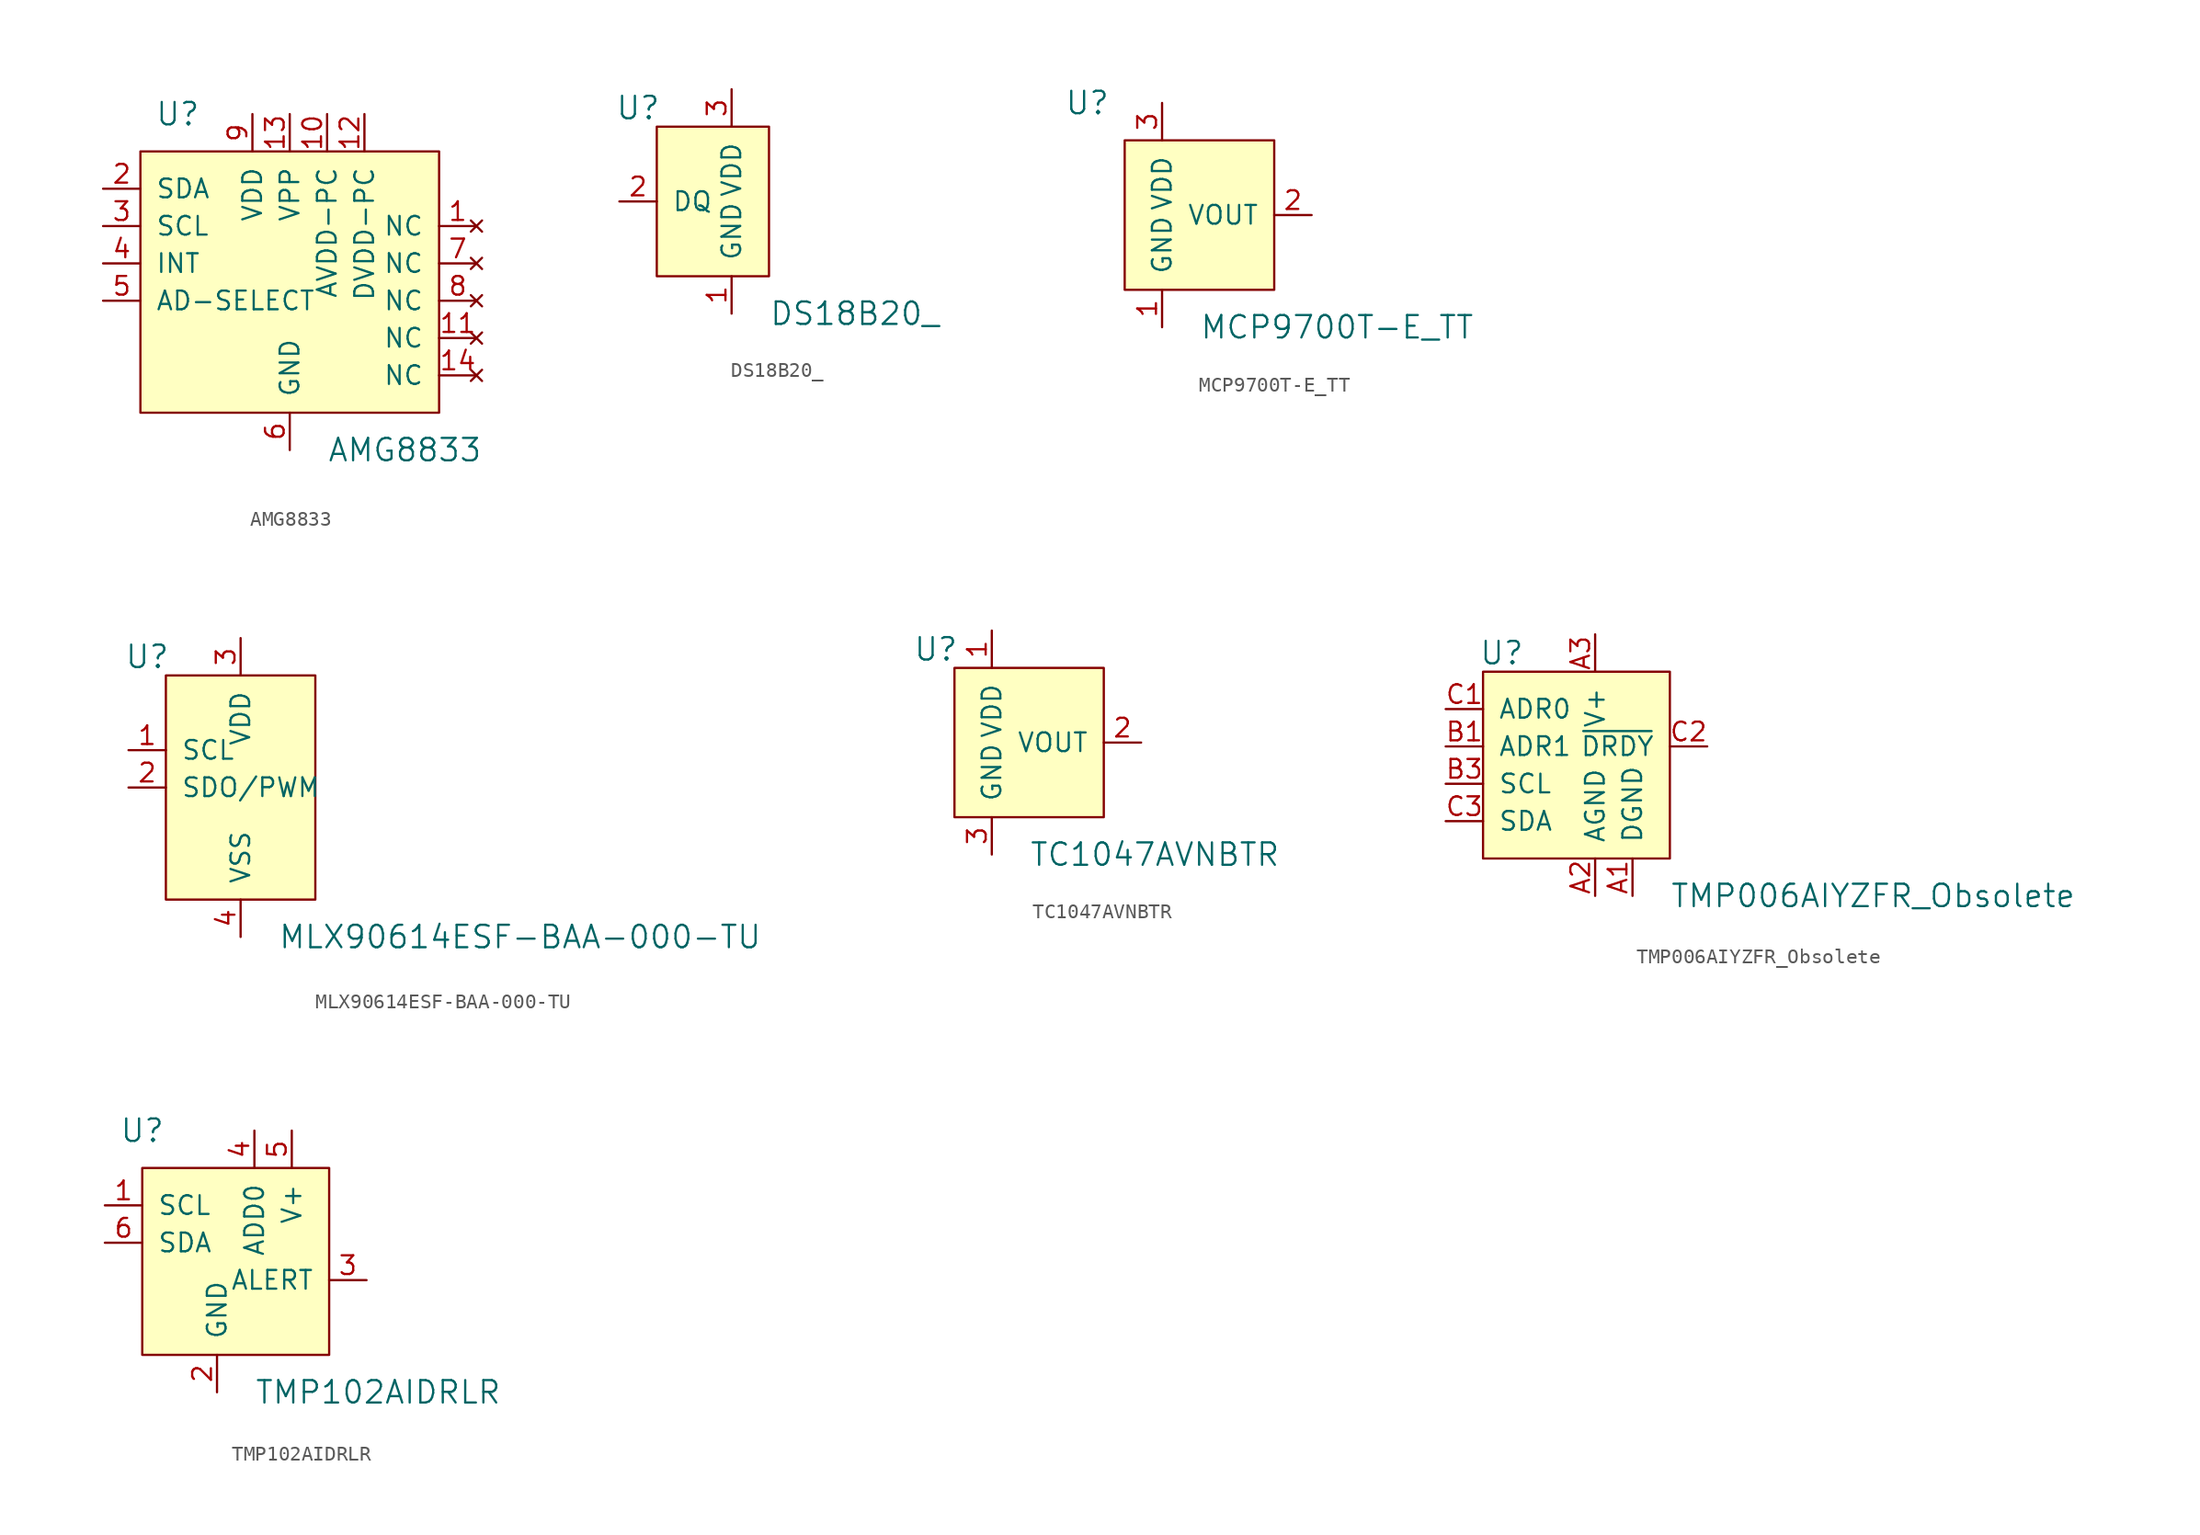
<source format=kicad_sym>
(kicad_symbol_lib
  (version 20220914)
  (generator kicad_symbol_editor)
  (symbol "AMG8833"
    (pin_names
      (offset 1.016))
    (property "Reference" "U"
      (at -7.62 17.78 0)
      (effects (font (size 1.524 1.524))))
    (property "Value" "AMG8833"
      (at 2.54 -5.08 0)
      (effects (font (size 1.524 1.524)) (justify left)))
    (symbol "AMG8833_0_1"
      (rectangle (start 10.16 15.24) (end -10.16 -2.54) (stroke (width 0) (type default)) (fill (type background))))
    (symbol "AMG8833_1_1"
      (pin no_connect line (at 12.7 10.16 180) (length 2.54) (name "NC" (effects (font (size 1.27 1.27)))) (number "1" (effects (font (size 1.27 1.27)))))
      (pin power_in line (at 2.54 17.78 270) (length 2.54) (name "AVDD-PC" (effects (font (size 1.27 1.27)))) (number "10" (effects (font (size 1.27 1.27)))))
      (pin no_connect line (at 12.7 2.54 180) (length 2.54) (name "NC" (effects (font (size 1.27 1.27)))) (number "11" (effects (font (size 1.27 1.27)))))
      (pin power_in line (at 5.08 17.78 270) (length 2.54) (name "DVDD-PC" (effects (font (size 1.27 1.27)))) (number "12" (effects (font (size 1.27 1.27)))))
      (pin power_in line (at 0 17.78 270) (length 2.54) (name "VPP" (effects (font (size 1.27 1.27)))) (number "13" (effects (font (size 1.27 1.27)))))
      (pin no_connect line (at 12.7 0 180) (length 2.54) (name "NC" (effects (font (size 1.27 1.27)))) (number "14" (effects (font (size 1.27 1.27)))))
      (pin bidirectional line (at -12.7 12.7 0) (length 2.54) (name "SDA" (effects (font (size 1.27 1.27)))) (number "2" (effects (font (size 1.27 1.27)))))
      (pin bidirectional line (at -12.7 10.16 0) (length 2.54) (name "SCL" (effects (font (size 1.27 1.27)))) (number "3" (effects (font (size 1.27 1.27)))))
      (pin bidirectional line (at -12.7 7.62 0) (length 2.54) (name "INT" (effects (font (size 1.27 1.27)))) (number "4" (effects (font (size 1.27 1.27)))))
      (pin input line (at -12.7 5.08 0) (length 2.54) (name "AD-SELECT" (effects (font (size 1.27 1.27)))) (number "5" (effects (font (size 1.27 1.27)))))
      (pin power_in line (at 0 -5.08 90) (length 2.54) (name "GND" (effects (font (size 1.27 1.27)))) (number "6" (effects (font (size 1.27 1.27)))))
      (pin no_connect line (at 12.7 7.62 180) (length 2.54) (name "NC" (effects (font (size 1.27 1.27)))) (number "7" (effects (font (size 1.27 1.27)))))
      (pin no_connect line (at 12.7 5.08 180) (length 2.54) (name "NC" (effects (font (size 1.27 1.27)))) (number "8" (effects (font (size 1.27 1.27)))))
      (pin power_in line (at -2.54 17.78 270) (length 2.54) (name "VDD" (effects (font (size 1.27 1.27)))) (number "9" (effects (font (size 1.27 1.27)))))))
  (symbol "DS18B20_"
    (pin_names
      (offset 1.016))
    (property "Reference" "U"
      (at -6.35 6.35 0)
      (effects (font (size 1.524 1.524))))
    (property "Value" "DS18B20_"
      (at 2.54 -7.62 0)
      (effects (font (size 1.524 1.524)) (justify left)))
    (symbol "DS18B20__0_1"
      (rectangle (start -5.08 5.08) (end 2.54 -5.08) (stroke (width 0) (type default)) (fill (type background))))
    (symbol "DS18B20__1_1"
      (pin power_in line (at 0 -7.62 90) (length 2.54) (name "GND" (effects (font (size 1.27 1.27)))) (number "1" (effects (font (size 1.27 1.27)))))
      (pin bidirectional line (at -7.62 0 0) (length 2.54) (name "DQ" (effects (font (size 1.27 1.27)))) (number "2" (effects (font (size 1.27 1.27)))))
      (pin power_in line (at 0 7.62 270) (length 2.54) (name "VDD" (effects (font (size 1.27 1.27)))) (number "3" (effects (font (size 1.27 1.27)))))))
  (symbol "MCP9700T-E_TT"
    (pin_names
      (offset 1.016))
    (property "Reference" "U"
      (at -5.08 7.62 0)
      (effects (font (size 1.524 1.524))))
    (property "Value" "MCP9700T-E_TT"
      (at 2.54 -7.62 0)
      (effects (font (size 1.524 1.524)) (justify left)))
    (symbol "MCP9700T-E_TT_0_1"
      (rectangle (start 7.62 5.08) (end -2.54 -5.08) (stroke (width 0) (type default)) (fill (type background))))
    (symbol "MCP9700T-E_TT_1_1"
      (pin power_in line (at 0 -7.62 90) (length 2.54) (name "GND" (effects (font (size 1.27 1.27)))) (number "1" (effects (font (size 1.27 1.27)))))
      (pin output line (at 10.16 0 180) (length 2.54) (name "VOUT" (effects (font (size 1.27 1.27)))) (number "2" (effects (font (size 1.27 1.27)))))
      (pin power_in line (at 0 7.62 270) (length 2.54) (name "VDD" (effects (font (size 1.27 1.27)))) (number "3" (effects (font (size 1.27 1.27)))))))
  (symbol "MLX90614ESF-BAA-000-TU"
    (pin_names
      (offset 1.016))
    (property "Reference" "U"
      (at -6.35 8.89 0)
      (effects (font (size 1.524 1.524))))
    (property "Value" "MLX90614ESF-BAA-000-TU"
      (at 2.54 -10.16 0)
      (effects (font (size 1.524 1.524)) (justify left)))
    (symbol "MLX90614ESF-BAA-000-TU_1_1"
      (rectangle (start -5.08 7.62) (end 5.08 -7.62) (stroke (width 0) (type default)) (fill (type background)))
      (pin input line (at -7.62 2.54 0) (length 2.54) (name "SCL" (effects (font (size 1.27 1.27)))) (number "1" (effects (font (size 1.27 1.27)))))
      (pin bidirectional line (at -7.62 0 0) (length 2.54) (name "SDO/PWM" (effects (font (size 1.27 1.27)))) (number "2" (effects (font (size 1.27 1.27)))))
      (pin power_in line (at 0 10.16 270) (length 2.54) (name "VDD" (effects (font (size 1.27 1.27)))) (number "3" (effects (font (size 1.27 1.27)))))
      (pin power_in line (at 0 -10.16 90) (length 2.54) (name "VSS" (effects (font (size 1.27 1.27)))) (number "4" (effects (font (size 1.27 1.27)))))))
  (symbol "TC1047AVNBTR"
    (pin_names
      (offset 1.016))
    (property "Reference" "U"
      (at -6.35 6.35 0)
      (effects (font (size 1.524 1.524))))
    (property "Value" "TC1047AVNBTR"
      (at 0 -7.62 0)
      (effects (font (size 1.524 1.524)) (justify left)))
    (symbol "TC1047AVNBTR_0_1"
      (rectangle (start 5.08 5.08) (end -5.08 -5.08) (stroke (width 0) (type default)) (fill (type background))))
    (symbol "TC1047AVNBTR_1_1"
      (pin power_in line (at -2.54 7.62 270) (length 2.54) (name "VDD" (effects (font (size 1.27 1.27)))) (number "1" (effects (font (size 1.27 1.27)))))
      (pin output line (at 7.62 0 180) (length 2.54) (name "VOUT" (effects (font (size 1.27 1.27)))) (number "2" (effects (font (size 1.27 1.27)))))
      (pin power_in line (at -2.54 -7.62 90) (length 2.54) (name "GND" (effects (font (size 1.27 1.27)))) (number "3" (effects (font (size 1.27 1.27)))))))
  (symbol "TMP006AIYZFR_Obsolete"
    (pin_names
      (offset 1.016))
    (property "Reference" "U"
      (at -6.35 11.43 0)
      (effects (font (size 1.524 1.524))))
    (property "Value" "TMP006AIYZFR_Obsolete"
      (at 5.08 -5.08 0)
      (effects (font (size 1.524 1.524)) (justify left)))
    (symbol "TMP006AIYZFR_Obsolete_0_1"
      (rectangle (start -7.62 10.16) (end 5.08 -2.54) (stroke (width 0) (type default)) (fill (type background))))
    (symbol "TMP006AIYZFR_Obsolete_1_1"
      (pin power_in line (at 2.54 -5.08 90) (length 2.54) (name "DGND" (effects (font (size 1.27 1.27)))) (number "A1" (effects (font (size 1.27 1.27)))))
      (pin power_in line (at 0 -5.08 90) (length 2.54) (name "AGND" (effects (font (size 1.27 1.27)))) (number "A2" (effects (font (size 1.27 1.27)))))
      (pin power_in line (at 0 12.7 270) (length 2.54) (name "V+" (effects (font (size 1.27 1.27)))) (number "A3" (effects (font (size 1.27 1.27)))))
      (pin input line (at -10.16 5.08 0) (length 2.54) (name "ADR1" (effects (font (size 1.27 1.27)))) (number "B1" (effects (font (size 1.27 1.27)))))
      (pin input line (at -10.16 2.54 0) (length 2.54) (name "SCL" (effects (font (size 1.27 1.27)))) (number "B3" (effects (font (size 1.27 1.27)))))
      (pin input line (at -10.16 7.62 0) (length 2.54) (name "ADR0" (effects (font (size 1.27 1.27)))) (number "C1" (effects (font (size 1.27 1.27)))))
      (pin output line (at 7.62 5.08 180) (length 2.54) (name "~{DRDY}" (effects (font (size 1.27 1.27)))) (number "C2" (effects (font (size 1.27 1.27)))))
      (pin bidirectional line (at -10.16 0 0) (length 2.54) (name "SDA" (effects (font (size 1.27 1.27)))) (number "C3" (effects (font (size 1.27 1.27)))))))
  (symbol "TMP102AIDRLR"
    (pin_names
      (offset 1.016))
    (property "Reference" "U"
      (at -7.62 10.16 0)
      (effects (font (size 1.524 1.524))))
    (property "Value" "TMP102AIDRLR"
      (at 0 -7.62 0)
      (effects (font (size 1.524 1.524)) (justify left)))
    (symbol "TMP102AIDRLR_0_1"
      (rectangle (start -7.62 7.62) (end 5.08 -5.08) (stroke (width 0) (type default)) (fill (type background))))
    (symbol "TMP102AIDRLR_1_1"
      (pin input line (at -10.16 5.08 0) (length 2.54) (name "SCL" (effects (font (size 1.27 1.27)))) (number "1" (effects (font (size 1.27 1.27)))))
      (pin power_in line (at -2.54 -7.62 90) (length 2.54) (name "GND" (effects (font (size 1.27 1.27)))) (number "2" (effects (font (size 1.27 1.27)))))
      (pin output line (at 7.62 0 180) (length 2.54) (name "ALERT" (effects (font (size 1.27 1.27)))) (number "3" (effects (font (size 1.27 1.27)))))
      (pin power_in line (at 0 10.16 270) (length 2.54) (name "ADD0" (effects (font (size 1.27 1.27)))) (number "4" (effects (font (size 1.27 1.27)))))
      (pin power_in line (at 2.54 10.16 270) (length 2.54) (name "V+" (effects (font (size 1.27 1.27)))) (number "5" (effects (font (size 1.27 1.27)))))
      (pin bidirectional line (at -10.16 2.54 0) (length 2.54) (name "SDA" (effects (font (size 1.27 1.27)))) (number "6" (effects (font (size 1.27 1.27))))))))
</source>
